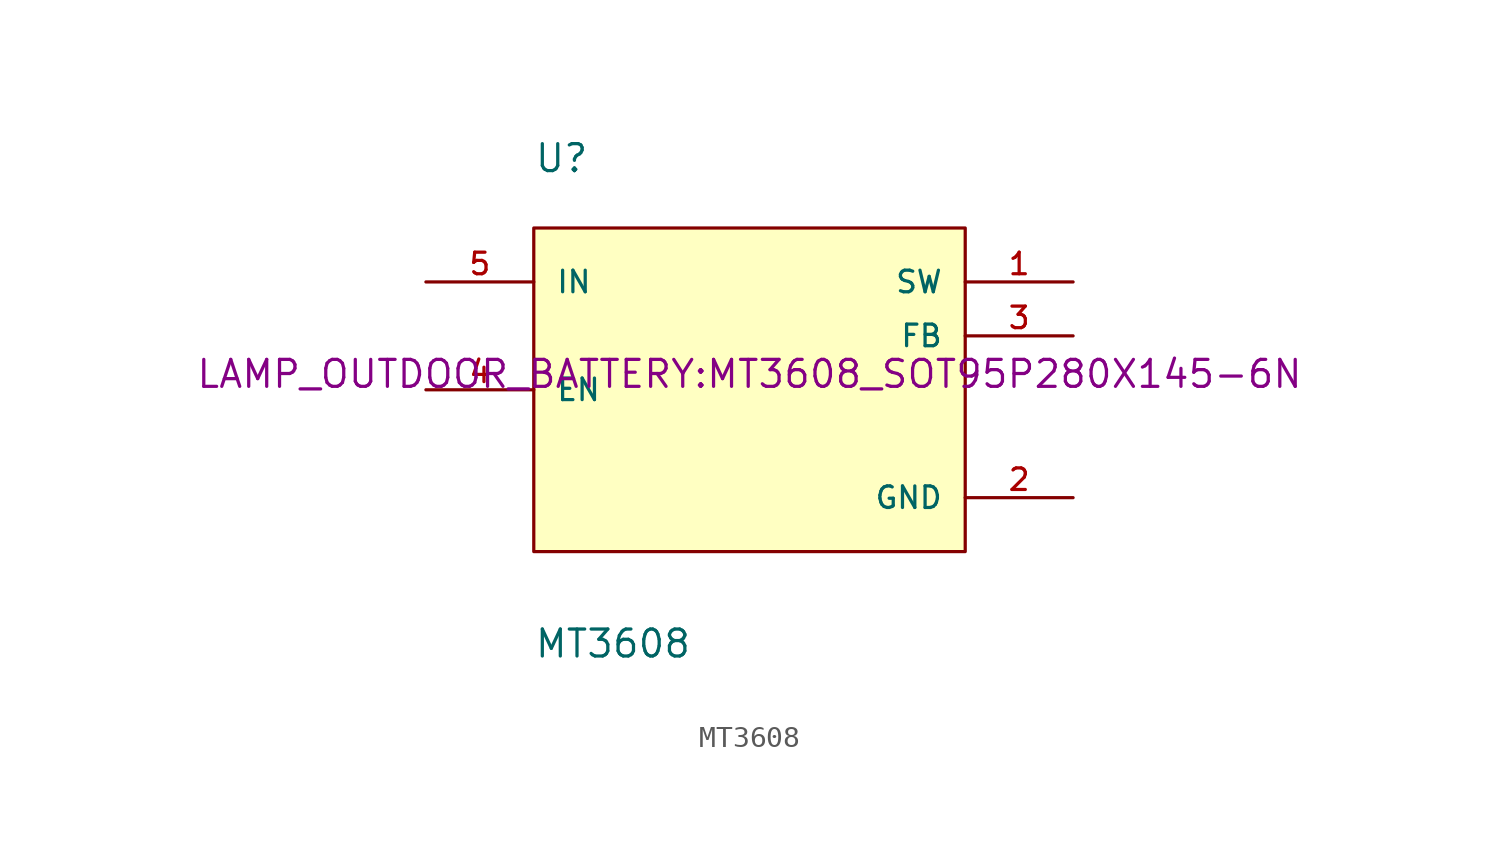
<source format=kicad_sym>
(kicad_symbol_lib
  (version 20231120)
  (generator "kicad_symbol_editor")
  (generator_version "8.0")
  (symbol "MT3608"
    (pin_names
      (offset 1.016))
    (property "Reference" "U"
      (at -10.16 10.16 0)
      (effects (font (size 1.27 1.27)) (justify left bottom)))
    (property "Value" "MT3608"
      (at -10.16 -12.7 0)
      (effects (font (size 1.27 1.27)) (justify left bottom)))
    (property "Footprint" "LAMP_OUTDOOR_BATTERY:MT3608_SOT95P280X145-6N"
      (at 0 0 0)
      (effects (font (size 1.27 1.27)) (justify bottom)))
    (symbol "MT3608_0_0"
      (rectangle (start -10.16 -7.62) (end 10.16 7.62) (stroke (width 0.152) (type default)) (fill (type background)))
      (pin output line (at 15.24 5.08 180) (length 5.08) (name "SW" (effects (font (size 1.016 1.016)))) (number "1" (effects (font (size 1.016 1.016)))))
      (pin power_in line (at 15.24 -5.08 180) (length 5.08) (name "GND" (effects (font (size 1.016 1.016)))) (number "2" (effects (font (size 1.016 1.016)))))
      (pin input line (at 15.24 2.54 180) (length 5.08) (name "FB" (effects (font (size 1.016 1.016)))) (number "3" (effects (font (size 1.016 1.016)))))
      (pin input line (at -15.24 0 0) (length 5.08) (name "EN" (effects (font (size 1.016 1.016)))) (number "4" (effects (font (size 1.016 1.016)))))
      (pin input line (at -15.24 5.08 0) (length 5.08) (name "IN" (effects (font (size 1.016 1.016)))) (number "5" (effects (font (size 1.016 1.016))))))))
</source>
